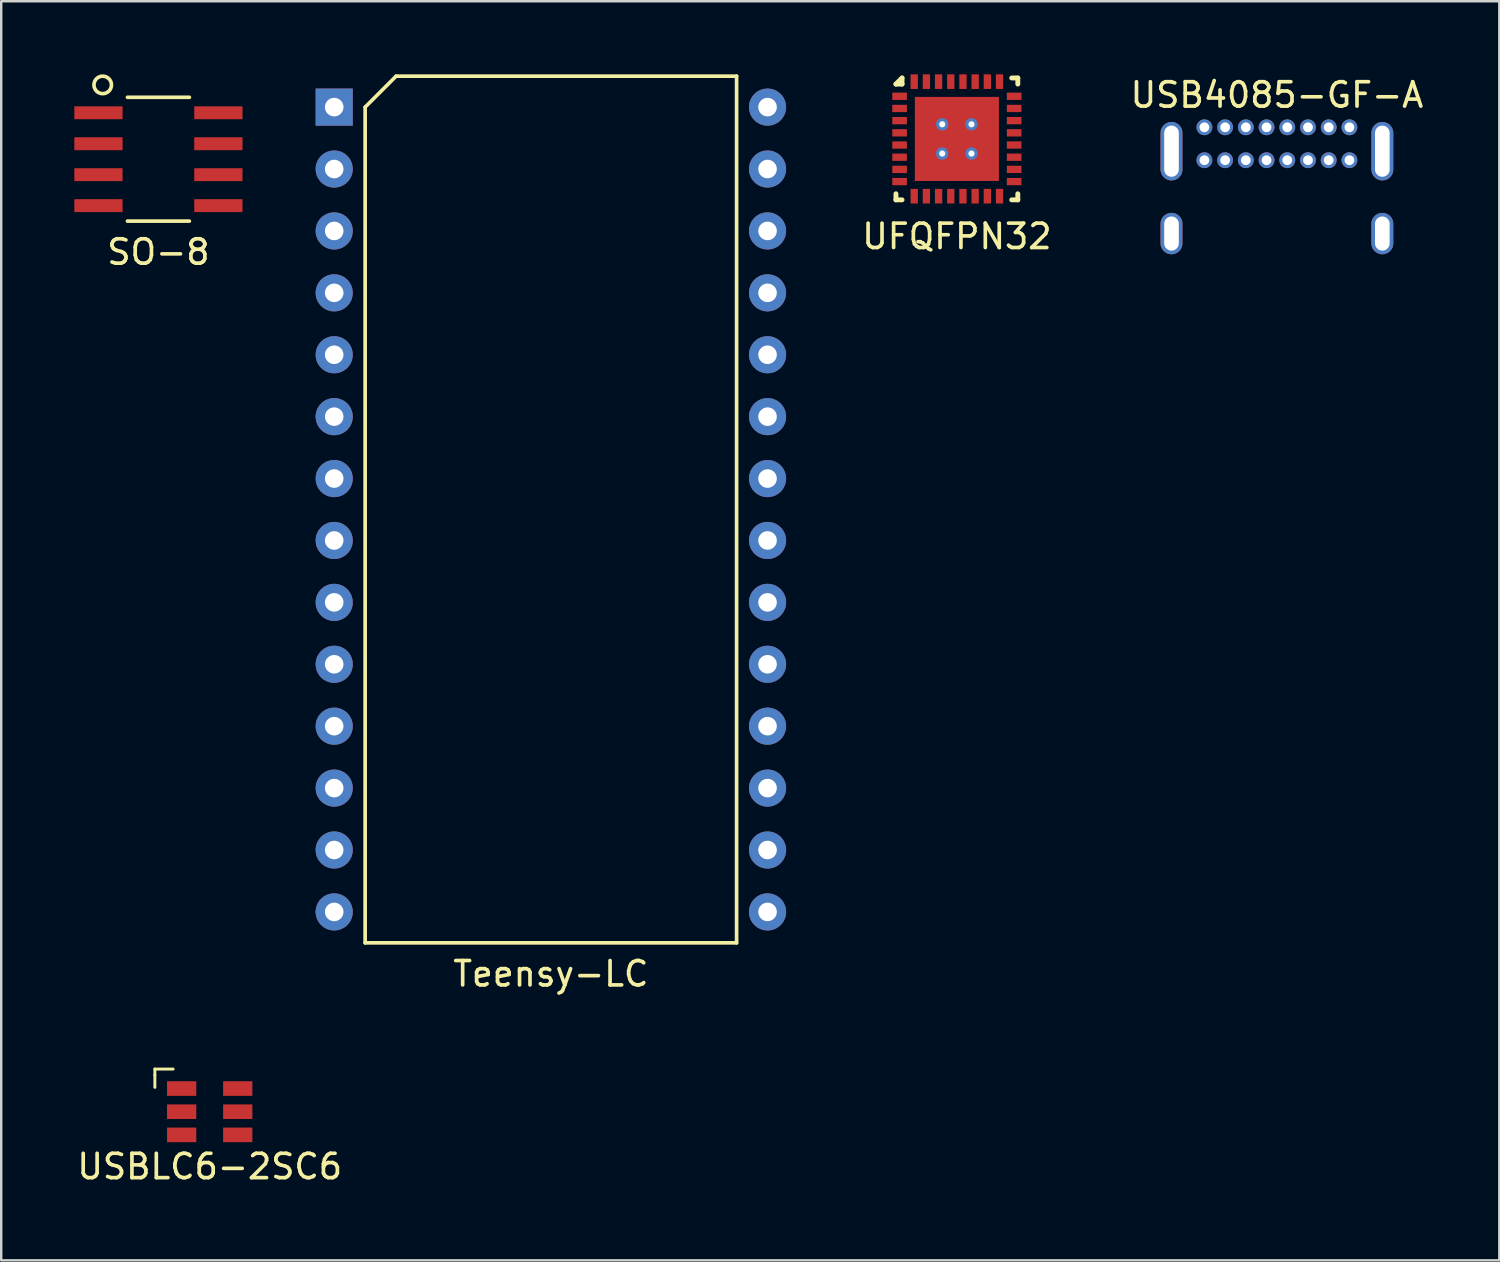
<source format=kicad_pcb>
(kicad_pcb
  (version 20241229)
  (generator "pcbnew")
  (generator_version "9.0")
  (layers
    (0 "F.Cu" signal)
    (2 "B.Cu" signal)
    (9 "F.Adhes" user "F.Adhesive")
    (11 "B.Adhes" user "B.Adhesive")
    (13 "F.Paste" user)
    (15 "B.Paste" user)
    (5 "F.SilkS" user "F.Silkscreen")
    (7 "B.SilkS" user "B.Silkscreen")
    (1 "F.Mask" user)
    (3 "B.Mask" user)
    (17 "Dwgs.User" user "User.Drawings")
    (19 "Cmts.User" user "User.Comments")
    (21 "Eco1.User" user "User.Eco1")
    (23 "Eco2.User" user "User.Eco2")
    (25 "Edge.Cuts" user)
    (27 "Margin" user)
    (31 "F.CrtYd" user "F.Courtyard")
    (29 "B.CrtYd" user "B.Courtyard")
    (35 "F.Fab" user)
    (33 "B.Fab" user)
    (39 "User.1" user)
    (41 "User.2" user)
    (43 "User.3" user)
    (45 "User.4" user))
  (footprint "SO-8"
    (layer "F.Cu")
    (at 3.45 3.482)
    (property "Reference" "SO-8" (at 0 3.81 0) (layer "F.SilkS") (effects (font (size 1 1) (thickness 0.15))))
    (attr through_hole)
    (fp_line (start -1.27 -2.54) (end 1.27 -2.54) (stroke (width 0.15) (type solid)) (layer "F.SilkS"))
    (fp_line (start -1.27 2.54) (end 1.27 2.54) (stroke (width 0.15) (type solid)) (layer "F.SilkS"))
    (fp_circle (center -2.286 -3.048) (end -2.032 -3.302) (stroke (width 0.15) (type solid)) (fill no) (layer "F.SilkS"))
    (pad "1" smd rect (at -2.46 -1.905) (size 1.98 0.53) (layers "F.Cu" "F.Mask" "F.Paste"))
    (pad "2" smd rect (at -2.46 -0.635) (size 1.98 0.53) (layers "F.Cu" "F.Mask" "F.Paste"))
    (pad "3" smd rect (at -2.46 0.635) (size 1.98 0.53) (layers "F.Cu" "F.Mask" "F.Paste"))
    (pad "4" smd rect (at -2.46 1.905) (size 1.98 0.53) (layers "F.Cu" "F.Mask" "F.Paste"))
    (pad "5" smd rect (at 2.46 1.905) (size 1.98 0.53) (layers "F.Cu" "F.Mask" "F.Paste"))
    (pad "6" smd rect (at 2.46 0.635) (size 1.98 0.53) (layers "F.Cu" "F.Mask" "F.Paste"))
    (pad "7" smd rect (at 2.46 -0.635) (size 1.98 0.53) (layers "F.Cu" "F.Mask" "F.Paste"))
    (pad "8" smd rect (at 2.46 -1.905) (size 1.98 0.53) (layers "F.Cu" "F.Mask" "F.Paste")))
  (footprint "UFQFPN32"
    (layer "F.Cu")
    (at 36.21 2.65)
    (property "Reference" "UFQFPN32" (at 0 4 0) (layer "F.SilkS") (effects (font (size 1 1) (thickness 0.15))))
    (attr through_hole)
    (fp_line (start -2.5 -2.25) (end -2.25 -2.25) (stroke (width 0.2) (type solid)) (layer "F.SilkS"))
    (fp_line (start -2.5 2.25) (end -2.5 2.5) (stroke (width 0.2) (type solid)) (layer "F.SilkS"))
    (fp_line (start -2.5 2.5) (end -2.25 2.5) (stroke (width 0.2) (type solid)) (layer "F.SilkS"))
    (fp_line (start -2.25 -2.5) (end -2.5 -2.25) (stroke (width 0.2) (type solid)) (layer "F.SilkS"))
    (fp_line (start -2.25 -2.25) (end -2.25 -2.5) (stroke (width 0.2) (type solid)) (layer "F.SilkS"))
    (fp_line (start 2.25 -2.5) (end 2.5 -2.5) (stroke (width 0.2) (type solid)) (layer "F.SilkS"))
    (fp_line (start 2.25 2.5) (end 2.5 2.5) (stroke (width 0.2) (type solid)) (layer "F.SilkS"))
    (fp_line (start 2.5 -2.25) (end 2.5 -2.5) (stroke (width 0.2) (type solid)) (layer "F.SilkS"))
    (fp_line (start 2.5 2.5) (end 2.5 2.25) (stroke (width 0.2) (type solid)) (layer "F.SilkS"))
    (pad "" smd rect (at -1.2 -1.2) (size 0.75 0.75) (layers "F.Paste"))
    (pad "" smd rect (at -1.2 0) (size 0.75 0.75) (layers "F.Paste"))
    (pad "" smd rect (at -1.2 1.2) (size 0.75 0.75) (layers "F.Paste"))
    (pad "" thru_hole circle (at -0.6 -0.6) (size 0.508 0.508) (drill 0.254) (layers "*.Cu" "*.Mask"))
    (pad "" thru_hole circle (at -0.6 0.6) (size 0.508 0.508) (drill 0.254) (layers "*.Cu" "*.Mask"))
    (pad "" smd rect (at 0 -1.2) (size 0.75 0.75) (layers "F.Paste"))
    (pad "" smd rect (at 0 0) (size 0.75 0.75) (layers "F.Paste"))
    (pad "" smd rect (at 0 1.2) (size 0.75 0.75) (layers "F.Paste"))
    (pad "" thru_hole circle (at 0.6 -0.6) (size 0.508 0.508) (drill 0.254) (layers "*.Cu" "*.Mask"))
    (pad "" thru_hole circle (at 0.6 0.6) (size 0.508 0.508) (drill 0.254) (layers "*.Cu" "*.Mask"))
    (pad "" smd rect (at 1.2 -1.2) (size 0.75 0.75) (layers "F.Paste"))
    (pad "" smd rect (at 1.2 0) (size 0.75 0.75) (layers "F.Paste"))
    (pad "" smd rect (at 1.2 1.2) (size 0.75 0.75) (layers "F.Paste"))
    (pad "1" smd rect (at -2.35 -1.75 90) (size 0.3 0.6) (layers "F.Cu" "F.Mask" "F.Paste"))
    (pad "2" smd rect (at -2.35 -1.25 90) (size 0.3 0.6) (layers "F.Cu" "F.Mask" "F.Paste"))
    (pad "3" smd rect (at -2.35 -0.75 90) (size 0.3 0.6) (layers "F.Cu" "F.Mask" "F.Paste"))
    (pad "4" smd rect (at -2.35 -0.25 90) (size 0.3 0.6) (layers "F.Cu" "F.Mask" "F.Paste"))
    (pad "5" smd rect (at -2.35 0.25 90) (size 0.3 0.6) (layers "F.Cu" "F.Mask" "F.Paste"))
    (pad "6" smd rect (at -2.35 0.75 90) (size 0.3 0.6) (layers "F.Cu" "F.Mask" "F.Paste"))
    (pad "7" smd rect (at -2.35 1.25 90) (size 0.3 0.6) (layers "F.Cu" "F.Mask" "F.Paste"))
    (pad "8" smd rect (at -2.35 1.75 90) (size 0.3 0.6) (layers "F.Cu" "F.Mask" "F.Paste"))
    (pad "9" smd rect (at -1.75 2.35 180) (size 0.3 0.6) (layers "F.Cu" "F.Mask" "F.Paste"))
    (pad "10" smd rect (at -1.25 2.35) (size 0.3 0.6) (layers "F.Cu" "F.Mask" "F.Paste"))
    (pad "11" smd rect (at -0.75 2.35 180) (size 0.3 0.6) (layers "F.Cu" "F.Mask" "F.Paste"))
    (pad "12" smd rect (at -0.25 2.35 180) (size 0.3 0.6) (layers "F.Cu" "F.Mask" "F.Paste"))
    (pad "13" smd rect (at 0.25 2.35 180) (size 0.3 0.6) (layers "F.Cu" "F.Mask" "F.Paste"))
    (pad "14" smd rect (at 0.75 2.35 180) (size 0.3 0.6) (layers "F.Cu" "F.Mask" "F.Paste"))
    (pad "15" smd rect (at 1.25 2.35 180) (size 0.3 0.6) (layers "F.Cu" "F.Mask" "F.Paste"))
    (pad "16" smd rect (at 1.75 2.35 180) (size 0.3 0.6) (layers "F.Cu" "F.Mask" "F.Paste"))
    (pad "17" smd rect (at 2.35 1.75 90) (size 0.3 0.6) (layers "F.Cu" "F.Mask" "F.Paste"))
    (pad "18" smd rect (at 2.35 1.25 90) (size 0.3 0.6) (layers "F.Cu" "F.Mask" "F.Paste"))
    (pad "19" smd rect (at 2.35 0.75 90) (size 0.3 0.6) (layers "F.Cu" "F.Mask" "F.Paste"))
    (pad "20" smd rect (at 2.35 0.25 90) (size 0.3 0.6) (layers "F.Cu" "F.Mask" "F.Paste"))
    (pad "21" smd rect (at 2.35 -0.25 90) (size 0.3 0.6) (layers "F.Cu" "F.Mask" "F.Paste"))
    (pad "22" smd rect (at 2.35 -0.75 90) (size 0.3 0.6) (layers "F.Cu" "F.Mask" "F.Paste"))
    (pad "23" smd rect (at 2.35 -1.25 90) (size 0.3 0.6) (layers "F.Cu" "F.Mask" "F.Paste"))
    (pad "24" smd rect (at 2.35 -1.75 90) (size 0.3 0.6) (layers "F.Cu" "F.Mask" "F.Paste"))
    (pad "25" smd rect (at 1.75 -2.35 180) (size 0.3 0.6) (layers "F.Cu" "F.Mask" "F.Paste"))
    (pad "26" smd rect (at 1.25 -2.35 180) (size 0.3 0.6) (layers "F.Cu" "F.Mask" "F.Paste"))
    (pad "27" smd rect (at 0.75 -2.35 180) (size 0.3 0.6) (layers "F.Cu" "F.Mask" "F.Paste"))
    (pad "28" smd rect (at 0.25 -2.35 180) (size 0.3 0.6) (layers "F.Cu" "F.Mask" "F.Paste"))
    (pad "29" smd rect (at -0.25 -2.35 180) (size 0.3 0.6) (layers "F.Cu" "F.Mask" "F.Paste"))
    (pad "30" smd rect (at -0.75 -2.35) (size 0.3 0.6) (layers "F.Cu" "F.Mask" "F.Paste"))
    (pad "31" smd rect (at -1.25 -2.35 180) (size 0.3 0.6) (layers "F.Cu" "F.Mask" "F.Paste"))
    (pad "32" smd rect (at -1.75 -2.35 180) (size 0.3 0.6) (layers "F.Cu" "F.Mask" "F.Paste"))
    (pad "32" smd rect (at 0 0) (size 3.45 3.45) (layers "F.Cu" "F.Mask")))
  (footprint "Teensy-LC"
    (layer "F.Cu")
    (at 19.552 17.855)
    (property "Reference" "Teensy-LC" (at 0 19.05 0) (layer "F.SilkS") (effects (font (size 1 1) (thickness 0.15))))
    (attr through_hole)
    (fp_line (start -7.62 -16.51) (end -6.35 -17.78) (stroke (width 0.15) (type solid)) (layer "F.SilkS"))
    (fp_line (start -7.62 17.78) (end -7.62 -16.51) (stroke (width 0.15) (type solid)) (layer "F.SilkS"))
    (fp_line (start -6.35 -17.78) (end 7.62 -17.78) (stroke (width 0.15) (type solid)) (layer "F.SilkS"))
    (fp_line (start 7.62 -17.78) (end 7.62 17.78) (stroke (width 0.15) (type solid)) (layer "F.SilkS"))
    (fp_line (start 7.62 17.78) (end -7.62 17.78) (stroke (width 0.15) (type solid)) (layer "F.SilkS"))
    (pad "1" thru_hole rect (at -8.89 -16.51) (size 1.524 1.524) (drill 0.762) (layers "*.Cu" "*.Mask"))
    (pad "2" thru_hole circle (at -8.89 -13.97) (size 1.524 1.524) (drill 0.762) (layers "*.Cu" "*.Mask"))
    (pad "3" thru_hole circle (at -8.89 -11.43) (size 1.524 1.524) (drill 0.762) (layers "*.Cu" "*.Mask"))
    (pad "4" thru_hole circle (at -8.89 -8.89) (size 1.524 1.524) (drill 0.762) (layers "*.Cu" "*.Mask"))
    (pad "5" thru_hole circle (at -8.89 -6.35) (size 1.524 1.524) (drill 0.762) (layers "*.Cu" "*.Mask"))
    (pad "6" thru_hole circle (at -8.89 -3.81) (size 1.524 1.524) (drill 0.762) (layers "*.Cu" "*.Mask"))
    (pad "7" thru_hole circle (at -8.89 -1.27) (size 1.524 1.524) (drill 0.762) (layers "*.Cu" "*.Mask"))
    (pad "8" thru_hole circle (at -8.89 1.27) (size 1.524 1.524) (drill 0.762) (layers "*.Cu" "*.Mask"))
    (pad "9" thru_hole circle (at -8.89 3.81) (size 1.524 1.524) (drill 0.762) (layers "*.Cu" "*.Mask"))
    (pad "10" thru_hole circle (at -8.89 6.35) (size 1.524 1.524) (drill 0.762) (layers "*.Cu" "*.Mask"))
    (pad "11" thru_hole circle (at -8.89 8.89) (size 1.524 1.524) (drill 0.762) (layers "*.Cu" "*.Mask"))
    (pad "12" thru_hole circle (at -8.89 11.43) (size 1.524 1.524) (drill 0.762) (layers "*.Cu" "*.Mask"))
    (pad "13" thru_hole circle (at -8.89 13.97) (size 1.524 1.524) (drill 0.762) (layers "*.Cu" "*.Mask"))
    (pad "14" thru_hole circle (at -8.89 16.51) (size 1.524 1.524) (drill 0.762) (layers "*.Cu" "*.Mask"))
    (pad "15" thru_hole circle (at 8.89 16.51) (size 1.524 1.524) (drill 0.762) (layers "*.Cu" "*.Mask"))
    (pad "16" thru_hole circle (at 8.89 13.97) (size 1.524 1.524) (drill 0.762) (layers "*.Cu" "*.Mask"))
    (pad "17" thru_hole circle (at 8.89 11.43) (size 1.524 1.524) (drill 0.762) (layers "*.Cu" "*.Mask"))
    (pad "18" thru_hole circle (at 8.89 8.89) (size 1.524 1.524) (drill 0.762) (layers "*.Cu" "*.Mask"))
    (pad "19" thru_hole circle (at 8.89 6.35) (size 1.524 1.524) (drill 0.762) (layers "*.Cu" "*.Mask"))
    (pad "20" thru_hole circle (at 8.89 3.81) (size 1.524 1.524) (drill 0.762) (layers "*.Cu" "*.Mask"))
    (pad "21" thru_hole circle (at 8.89 1.27) (size 1.524 1.524) (drill 0.762) (layers "*.Cu" "*.Mask"))
    (pad "22" thru_hole circle (at 8.89 -1.27) (size 1.524 1.524) (drill 0.762) (layers "*.Cu" "*.Mask"))
    (pad "23" thru_hole circle (at 8.89 -3.81) (size 1.524 1.524) (drill 0.762) (layers "*.Cu" "*.Mask"))
    (pad "24" thru_hole circle (at 8.89 -6.35) (size 1.524 1.524) (drill 0.762) (layers "*.Cu" "*.Mask"))
    (pad "25" thru_hole circle (at 8.89 -8.89) (size 1.524 1.524) (drill 0.762) (layers "*.Cu" "*.Mask"))
    (pad "26" thru_hole circle (at 8.89 -11.43) (size 1.524 1.524) (drill 0.762) (layers "*.Cu" "*.Mask"))
    (pad "27" thru_hole circle (at 8.89 -13.97) (size 1.524 1.524) (drill 0.762) (layers "*.Cu" "*.Mask"))
    (pad "28" thru_hole circle (at 8.89 -16.51) (size 1.524 1.524) (drill 0.762) (layers "*.Cu" "*.Mask")))
  (footprint "USBLC6-2SC6"
    (layer "F.Cu")
    (at 5.554 42.563)
    (property "Reference" "USBLC6-2SC6" (at 0 2.25 0) (layer "F.SilkS") (effects (font (size 1 1) (thickness 0.15))))
    (attr through_hole)
    (fp_line (start -2.25 -1.75) (end -1.5 -1.75) (stroke (width 0.12) (type solid)) (layer "F.SilkS"))
    (fp_line (start -2.25 -1.5) (end -2.25 -1.75) (stroke (width 0.12) (type solid)) (layer "F.SilkS"))
    (fp_line (start -2.25 -1) (end -2.25 -1.5) (stroke (width 0.12) (type solid)) (layer "F.SilkS"))
    (pad "1" smd rect (at -1.15 -0.95 270) (size 0.6 1.2) (layers "F.Cu" "F.Mask" "F.Paste"))
    (pad "2" smd rect (at -1.15 0 270) (size 0.6 1.2) (layers "F.Cu" "F.Mask" "F.Paste"))
    (pad "3" smd rect (at -1.15 0.95 270) (size 0.6 1.2) (layers "F.Cu" "F.Mask" "F.Paste"))
    (pad "4" smd rect (at 1.15 0.95 270) (size 0.6 1.2) (layers "F.Cu" "F.Mask" "F.Paste"))
    (pad "5" smd rect (at 1.15 0 270) (size 0.6 1.2) (layers "F.Cu" "F.Mask" "F.Paste"))
    (pad "6" smd rect (at 1.15 -0.95 270) (size 0.6 1.2) (layers "F.Cu" "F.Mask" "F.Paste")))
  (footprint "USB4085-GF-A"
    (layer "F.Cu")
    (at 49.341 2.848)
    (property "Reference" "USB4085-GF-A" (at 0 -2 0) (layer "F.SilkS") (effects (font (size 1 1) (thickness 0.15))))
    (attr through_hole)
    (fp_line (start -4.325 5.425) (end 4.325 5.425) (stroke (width 0.12) (type solid)) (layer "Eco1.User"))
    (pad "A1" thru_hole circle (at -2.975 -0.675) (size 0.65 0.65) (drill 0.4) (layers "*.Cu" "*.Mask"))
    (pad "A4" thru_hole circle (at -2.125 -0.675) (size 0.65 0.65) (drill 0.4) (layers "*.Cu" "*.Mask"))
    (pad "A5" thru_hole circle (at -1.275 -0.675) (size 0.65 0.65) (drill 0.4) (layers "*.Cu" "*.Mask"))
    (pad "A6" thru_hole circle (at -0.425 -0.675) (size 0.65 0.65) (drill 0.4) (layers "*.Cu" "*.Mask"))
    (pad "A7" thru_hole circle (at 0.425 -0.675) (size 0.65 0.65) (drill 0.4) (layers "*.Cu" "*.Mask"))
    (pad "A8" thru_hole circle (at 1.275 -0.675) (size 0.65 0.65) (drill 0.4) (layers "*.Cu" "*.Mask"))
    (pad "A9" thru_hole circle (at 2.125 -0.675) (size 0.65 0.65) (drill 0.4) (layers "*.Cu" "*.Mask"))
    (pad "A12" thru_hole circle (at 2.975 -0.675) (size 0.65 0.65) (drill 0.4) (layers "*.Cu" "*.Mask"))
    (pad "B1" thru_hole circle (at 2.975 0.675) (size 0.65 0.65) (drill 0.4) (layers "*.Cu" "*.Mask"))
    (pad "B4" thru_hole circle (at 2.125 0.675) (size 0.65 0.65) (drill 0.4) (layers "*.Cu" "*.Mask"))
    (pad "B5" thru_hole circle (at 1.275 0.675) (size 0.65 0.65) (drill 0.4) (layers "*.Cu" "*.Mask"))
    (pad "B6" thru_hole circle (at 0.425 0.675) (size 0.65 0.65) (drill 0.4) (layers "*.Cu" "*.Mask"))
    (pad "B7" thru_hole circle (at -0.425 0.675) (size 0.65 0.65) (drill 0.4) (layers "*.Cu" "*.Mask"))
    (pad "B8" thru_hole circle (at -1.275 0.675) (size 0.65 0.65) (drill 0.4) (layers "*.Cu" "*.Mask"))
    (pad "B9" thru_hole circle (at -2.125 0.675) (size 0.65 0.65) (drill 0.4) (layers "*.Cu" "*.Mask"))
    (pad "B12" thru_hole circle (at -2.975 0.675) (size 0.65 0.65) (drill 0.4) (layers "*.Cu" "*.Mask"))
    (pad "S1" thru_hole oval (at -4.325 0.305) (size 0.9 2.4) (drill oval 0.6 2.1) (layers "*.Cu" "*.Mask"))
    (pad "S1" thru_hole oval (at -4.325 3.685) (size 0.9 1.7) (drill oval 0.6 1.4) (layers "*.Cu" "*.Mask"))
    (pad "S1" thru_hole oval (at 4.325 0.305) (size 0.9 2.4) (drill oval 0.6 2.1) (layers "*.Cu" "*.Mask"))
    (pad "S1" thru_hole oval (at 4.325 3.685) (size 0.9 1.7) (drill oval 0.6 1.4) (layers "*.Cu" "*.Mask")))
  (gr_rect
    (start -3 -3)
    (end 58.466 48.661)
    (stroke (width 0.1) (type default))
    (fill no)
    (layer "Edge.Cuts")))
</source>
